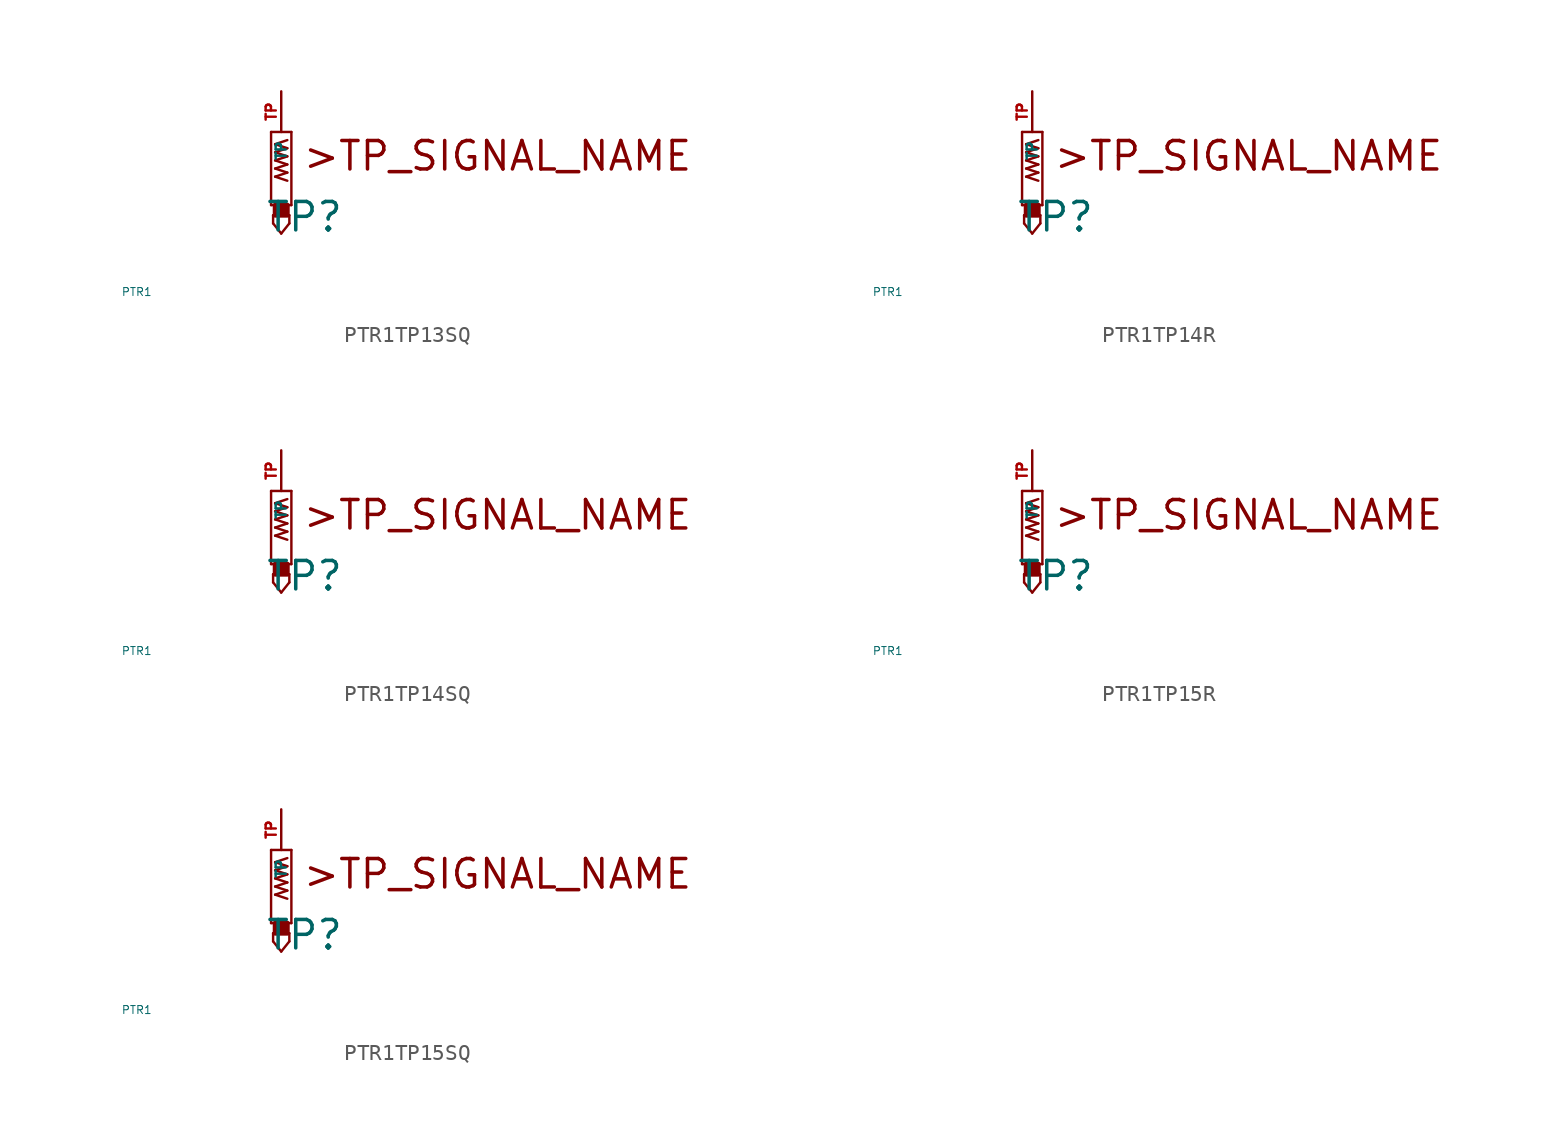
<source format=kicad_sym>
(kicad_symbol_lib
  (version 20220914)
  (generator Eagle2Kicad)
  (symbol "PTR1TP13SQ"
    (property "Reference" "TP"
      (at -1.016 -6.35 0)
      (effects (font (size 1.778 1.778) (thickness 0.22)) (justify left bottom)))
    (property "Value" "PTR1"
      (at -10 -10 0)
      (effects (font (size 0.5 0.5) (thickness 0.06)) (justify left)))
    (polyline
      (pts (xy 0.635 -4.572) (xy -0.635 -4.572))
      (stroke (width 0.152) (type default))
      (fill (type none)))
    (polyline
      (pts (xy 0.635 -4.572) (xy 0.635 0))
      (stroke (width 0.152) (type default))
      (fill (type none)))
    (polyline
      (pts (xy 0.635 0) (xy -0.635 0))
      (stroke (width 0.152) (type default))
      (fill (type none)))
    (polyline
      (pts (xy -0.635 0) (xy -0.635 -4.572))
      (stroke (width 0.152) (type default))
      (fill (type none)))
    (polyline
      (pts (xy 0.381 -3.048) (xy -0.381 -2.794))
      (stroke (width 0.152) (type default))
      (fill (type none)))
    (polyline
      (pts (xy -0.381 -2.794) (xy 0.381 -2.54))
      (stroke (width 0.152) (type default))
      (fill (type none)))
    (polyline
      (pts (xy 0.381 -2.54) (xy -0.381 -2.286))
      (stroke (width 0.152) (type default))
      (fill (type none)))
    (polyline
      (pts (xy -0.381 -2.286) (xy 0.381 -2.032))
      (stroke (width 0.152) (type default))
      (fill (type none)))
    (polyline
      (pts (xy 0.381 -2.032) (xy -0.381 -1.778))
      (stroke (width 0.152) (type default))
      (fill (type none)))
    (polyline
      (pts (xy -0.381 -1.778) (xy 0.381 -1.524))
      (stroke (width 0.152) (type default))
      (fill (type none)))
    (polyline
      (pts (xy 0.381 -1.524) (xy -0.381 -1.27))
      (stroke (width 0.152) (type default))
      (fill (type none)))
    (polyline
      (pts (xy -0.381 -1.27) (xy 0.381 -1.016))
      (stroke (width 0.152) (type default))
      (fill (type none)))
    (polyline
      (pts (xy 0.381 -1.016) (xy -0.381 -0.762))
      (stroke (width 0.152) (type default))
      (fill (type none)))
    (polyline
      (pts (xy -0.381 -0.762) (xy 0.381 -0.508))
      (stroke (width 0.152) (type default))
      (fill (type none)))
    (polyline
      (pts (xy 0.508 -5.207) (xy -0.508 -5.207))
      (stroke (width 0.152) (type default))
      (fill (type none)))
    (polyline
      (pts (xy -0.508 -5.207) (xy -0.508 -5.715))
      (stroke (width 0.152) (type default))
      (fill (type none)))
    (polyline
      (pts (xy -0.508 -5.715) (xy 0 -6.35))
      (stroke (width 0.152) (type default))
      (fill (type none)))
    (polyline
      (pts (xy 0 -6.35) (xy 0.508 -5.715))
      (stroke (width 0.152) (type default))
      (fill (type none)))
    (polyline
      (pts (xy 0.508 -5.715) (xy 0.508 -5.207))
      (stroke (width 0.152) (type default))
      (fill (type none)))
    (text ">TP_SIGNAL_NAME"
      (at 1.27 -2.54 0)
      (effects (font (size 1.778 1.778) (thickness 0.22)) (justify left bottom)))
    (rectangle
      (start -0.381 -5.207)
      (end 0.381 -4.572)
      (stroke (width 0.3) (type default))
      (fill (type outline)))
    (pin input line
      (at 0 2.54 270)
      (length 2.54)
      (name "TP" (effects (font (size 0.635 0.635) (thickness 0.08)) (justify left bottom)))
      (number "TP" (effects (font (size 0.635 0.635) (thickness 0.08)) (justify left bottom)))))
  (symbol "PTR1TP14R"
    (property "Reference" "TP"
      (at -1.016 -6.35 0)
      (effects (font (size 1.778 1.778) (thickness 0.22)) (justify left bottom)))
    (property "Value" "PTR1"
      (at -10 -10 0)
      (effects (font (size 0.5 0.5) (thickness 0.06)) (justify left)))
    (polyline
      (pts (xy 0.635 -4.572) (xy -0.635 -4.572))
      (stroke (width 0.152) (type default))
      (fill (type none)))
    (polyline
      (pts (xy 0.635 -4.572) (xy 0.635 0))
      (stroke (width 0.152) (type default))
      (fill (type none)))
    (polyline
      (pts (xy 0.635 0) (xy -0.635 0))
      (stroke (width 0.152) (type default))
      (fill (type none)))
    (polyline
      (pts (xy -0.635 0) (xy -0.635 -4.572))
      (stroke (width 0.152) (type default))
      (fill (type none)))
    (polyline
      (pts (xy 0.381 -3.048) (xy -0.381 -2.794))
      (stroke (width 0.152) (type default))
      (fill (type none)))
    (polyline
      (pts (xy -0.381 -2.794) (xy 0.381 -2.54))
      (stroke (width 0.152) (type default))
      (fill (type none)))
    (polyline
      (pts (xy 0.381 -2.54) (xy -0.381 -2.286))
      (stroke (width 0.152) (type default))
      (fill (type none)))
    (polyline
      (pts (xy -0.381 -2.286) (xy 0.381 -2.032))
      (stroke (width 0.152) (type default))
      (fill (type none)))
    (polyline
      (pts (xy 0.381 -2.032) (xy -0.381 -1.778))
      (stroke (width 0.152) (type default))
      (fill (type none)))
    (polyline
      (pts (xy -0.381 -1.778) (xy 0.381 -1.524))
      (stroke (width 0.152) (type default))
      (fill (type none)))
    (polyline
      (pts (xy 0.381 -1.524) (xy -0.381 -1.27))
      (stroke (width 0.152) (type default))
      (fill (type none)))
    (polyline
      (pts (xy -0.381 -1.27) (xy 0.381 -1.016))
      (stroke (width 0.152) (type default))
      (fill (type none)))
    (polyline
      (pts (xy 0.381 -1.016) (xy -0.381 -0.762))
      (stroke (width 0.152) (type default))
      (fill (type none)))
    (polyline
      (pts (xy -0.381 -0.762) (xy 0.381 -0.508))
      (stroke (width 0.152) (type default))
      (fill (type none)))
    (polyline
      (pts (xy 0.508 -5.207) (xy -0.508 -5.207))
      (stroke (width 0.152) (type default))
      (fill (type none)))
    (polyline
      (pts (xy -0.508 -5.207) (xy -0.508 -5.715))
      (stroke (width 0.152) (type default))
      (fill (type none)))
    (polyline
      (pts (xy -0.508 -5.715) (xy 0 -6.35))
      (stroke (width 0.152) (type default))
      (fill (type none)))
    (polyline
      (pts (xy 0 -6.35) (xy 0.508 -5.715))
      (stroke (width 0.152) (type default))
      (fill (type none)))
    (polyline
      (pts (xy 0.508 -5.715) (xy 0.508 -5.207))
      (stroke (width 0.152) (type default))
      (fill (type none)))
    (text ">TP_SIGNAL_NAME"
      (at 1.27 -2.54 0)
      (effects (font (size 1.778 1.778) (thickness 0.22)) (justify left bottom)))
    (rectangle
      (start -0.381 -5.207)
      (end 0.381 -4.572)
      (stroke (width 0.3) (type default))
      (fill (type outline)))
    (pin input line
      (at 0 2.54 270)
      (length 2.54)
      (name "TP" (effects (font (size 0.635 0.635) (thickness 0.08)) (justify left bottom)))
      (number "TP" (effects (font (size 0.635 0.635) (thickness 0.08)) (justify left bottom)))))
  (symbol "PTR1TP14SQ"
    (property "Reference" "TP"
      (at -1.016 -6.35 0)
      (effects (font (size 1.778 1.778) (thickness 0.22)) (justify left bottom)))
    (property "Value" "PTR1"
      (at -10 -10 0)
      (effects (font (size 0.5 0.5) (thickness 0.06)) (justify left)))
    (polyline
      (pts (xy 0.635 -4.572) (xy -0.635 -4.572))
      (stroke (width 0.152) (type default))
      (fill (type none)))
    (polyline
      (pts (xy 0.635 -4.572) (xy 0.635 0))
      (stroke (width 0.152) (type default))
      (fill (type none)))
    (polyline
      (pts (xy 0.635 0) (xy -0.635 0))
      (stroke (width 0.152) (type default))
      (fill (type none)))
    (polyline
      (pts (xy -0.635 0) (xy -0.635 -4.572))
      (stroke (width 0.152) (type default))
      (fill (type none)))
    (polyline
      (pts (xy 0.381 -3.048) (xy -0.381 -2.794))
      (stroke (width 0.152) (type default))
      (fill (type none)))
    (polyline
      (pts (xy -0.381 -2.794) (xy 0.381 -2.54))
      (stroke (width 0.152) (type default))
      (fill (type none)))
    (polyline
      (pts (xy 0.381 -2.54) (xy -0.381 -2.286))
      (stroke (width 0.152) (type default))
      (fill (type none)))
    (polyline
      (pts (xy -0.381 -2.286) (xy 0.381 -2.032))
      (stroke (width 0.152) (type default))
      (fill (type none)))
    (polyline
      (pts (xy 0.381 -2.032) (xy -0.381 -1.778))
      (stroke (width 0.152) (type default))
      (fill (type none)))
    (polyline
      (pts (xy -0.381 -1.778) (xy 0.381 -1.524))
      (stroke (width 0.152) (type default))
      (fill (type none)))
    (polyline
      (pts (xy 0.381 -1.524) (xy -0.381 -1.27))
      (stroke (width 0.152) (type default))
      (fill (type none)))
    (polyline
      (pts (xy -0.381 -1.27) (xy 0.381 -1.016))
      (stroke (width 0.152) (type default))
      (fill (type none)))
    (polyline
      (pts (xy 0.381 -1.016) (xy -0.381 -0.762))
      (stroke (width 0.152) (type default))
      (fill (type none)))
    (polyline
      (pts (xy -0.381 -0.762) (xy 0.381 -0.508))
      (stroke (width 0.152) (type default))
      (fill (type none)))
    (polyline
      (pts (xy 0.508 -5.207) (xy -0.508 -5.207))
      (stroke (width 0.152) (type default))
      (fill (type none)))
    (polyline
      (pts (xy -0.508 -5.207) (xy -0.508 -5.715))
      (stroke (width 0.152) (type default))
      (fill (type none)))
    (polyline
      (pts (xy -0.508 -5.715) (xy 0 -6.35))
      (stroke (width 0.152) (type default))
      (fill (type none)))
    (polyline
      (pts (xy 0 -6.35) (xy 0.508 -5.715))
      (stroke (width 0.152) (type default))
      (fill (type none)))
    (polyline
      (pts (xy 0.508 -5.715) (xy 0.508 -5.207))
      (stroke (width 0.152) (type default))
      (fill (type none)))
    (text ">TP_SIGNAL_NAME"
      (at 1.27 -2.54 0)
      (effects (font (size 1.778 1.778) (thickness 0.22)) (justify left bottom)))
    (rectangle
      (start -0.381 -5.207)
      (end 0.381 -4.572)
      (stroke (width 0.3) (type default))
      (fill (type outline)))
    (pin input line
      (at 0 2.54 270)
      (length 2.54)
      (name "TP" (effects (font (size 0.635 0.635) (thickness 0.08)) (justify left bottom)))
      (number "TP" (effects (font (size 0.635 0.635) (thickness 0.08)) (justify left bottom)))))
  (symbol "PTR1TP15R"
    (property "Reference" "TP"
      (at -1.016 -6.35 0)
      (effects (font (size 1.778 1.778) (thickness 0.22)) (justify left bottom)))
    (property "Value" "PTR1"
      (at -10 -10 0)
      (effects (font (size 0.5 0.5) (thickness 0.06)) (justify left)))
    (polyline
      (pts (xy 0.635 -4.572) (xy -0.635 -4.572))
      (stroke (width 0.152) (type default))
      (fill (type none)))
    (polyline
      (pts (xy 0.635 -4.572) (xy 0.635 0))
      (stroke (width 0.152) (type default))
      (fill (type none)))
    (polyline
      (pts (xy 0.635 0) (xy -0.635 0))
      (stroke (width 0.152) (type default))
      (fill (type none)))
    (polyline
      (pts (xy -0.635 0) (xy -0.635 -4.572))
      (stroke (width 0.152) (type default))
      (fill (type none)))
    (polyline
      (pts (xy 0.381 -3.048) (xy -0.381 -2.794))
      (stroke (width 0.152) (type default))
      (fill (type none)))
    (polyline
      (pts (xy -0.381 -2.794) (xy 0.381 -2.54))
      (stroke (width 0.152) (type default))
      (fill (type none)))
    (polyline
      (pts (xy 0.381 -2.54) (xy -0.381 -2.286))
      (stroke (width 0.152) (type default))
      (fill (type none)))
    (polyline
      (pts (xy -0.381 -2.286) (xy 0.381 -2.032))
      (stroke (width 0.152) (type default))
      (fill (type none)))
    (polyline
      (pts (xy 0.381 -2.032) (xy -0.381 -1.778))
      (stroke (width 0.152) (type default))
      (fill (type none)))
    (polyline
      (pts (xy -0.381 -1.778) (xy 0.381 -1.524))
      (stroke (width 0.152) (type default))
      (fill (type none)))
    (polyline
      (pts (xy 0.381 -1.524) (xy -0.381 -1.27))
      (stroke (width 0.152) (type default))
      (fill (type none)))
    (polyline
      (pts (xy -0.381 -1.27) (xy 0.381 -1.016))
      (stroke (width 0.152) (type default))
      (fill (type none)))
    (polyline
      (pts (xy 0.381 -1.016) (xy -0.381 -0.762))
      (stroke (width 0.152) (type default))
      (fill (type none)))
    (polyline
      (pts (xy -0.381 -0.762) (xy 0.381 -0.508))
      (stroke (width 0.152) (type default))
      (fill (type none)))
    (polyline
      (pts (xy 0.508 -5.207) (xy -0.508 -5.207))
      (stroke (width 0.152) (type default))
      (fill (type none)))
    (polyline
      (pts (xy -0.508 -5.207) (xy -0.508 -5.715))
      (stroke (width 0.152) (type default))
      (fill (type none)))
    (polyline
      (pts (xy -0.508 -5.715) (xy 0 -6.35))
      (stroke (width 0.152) (type default))
      (fill (type none)))
    (polyline
      (pts (xy 0 -6.35) (xy 0.508 -5.715))
      (stroke (width 0.152) (type default))
      (fill (type none)))
    (polyline
      (pts (xy 0.508 -5.715) (xy 0.508 -5.207))
      (stroke (width 0.152) (type default))
      (fill (type none)))
    (text ">TP_SIGNAL_NAME"
      (at 1.27 -2.54 0)
      (effects (font (size 1.778 1.778) (thickness 0.22)) (justify left bottom)))
    (rectangle
      (start -0.381 -5.207)
      (end 0.381 -4.572)
      (stroke (width 0.3) (type default))
      (fill (type outline)))
    (pin input line
      (at 0 2.54 270)
      (length 2.54)
      (name "TP" (effects (font (size 0.635 0.635) (thickness 0.08)) (justify left bottom)))
      (number "TP" (effects (font (size 0.635 0.635) (thickness 0.08)) (justify left bottom)))))
  (symbol "PTR1TP15SQ"
    (property "Reference" "TP"
      (at -1.016 -6.35 0)
      (effects (font (size 1.778 1.778) (thickness 0.22)) (justify left bottom)))
    (property "Value" "PTR1"
      (at -10 -10 0)
      (effects (font (size 0.5 0.5) (thickness 0.06)) (justify left)))
    (polyline
      (pts (xy 0.635 -4.572) (xy -0.635 -4.572))
      (stroke (width 0.152) (type default))
      (fill (type none)))
    (polyline
      (pts (xy 0.635 -4.572) (xy 0.635 0))
      (stroke (width 0.152) (type default))
      (fill (type none)))
    (polyline
      (pts (xy 0.635 0) (xy -0.635 0))
      (stroke (width 0.152) (type default))
      (fill (type none)))
    (polyline
      (pts (xy -0.635 0) (xy -0.635 -4.572))
      (stroke (width 0.152) (type default))
      (fill (type none)))
    (polyline
      (pts (xy 0.381 -3.048) (xy -0.381 -2.794))
      (stroke (width 0.152) (type default))
      (fill (type none)))
    (polyline
      (pts (xy -0.381 -2.794) (xy 0.381 -2.54))
      (stroke (width 0.152) (type default))
      (fill (type none)))
    (polyline
      (pts (xy 0.381 -2.54) (xy -0.381 -2.286))
      (stroke (width 0.152) (type default))
      (fill (type none)))
    (polyline
      (pts (xy -0.381 -2.286) (xy 0.381 -2.032))
      (stroke (width 0.152) (type default))
      (fill (type none)))
    (polyline
      (pts (xy 0.381 -2.032) (xy -0.381 -1.778))
      (stroke (width 0.152) (type default))
      (fill (type none)))
    (polyline
      (pts (xy -0.381 -1.778) (xy 0.381 -1.524))
      (stroke (width 0.152) (type default))
      (fill (type none)))
    (polyline
      (pts (xy 0.381 -1.524) (xy -0.381 -1.27))
      (stroke (width 0.152) (type default))
      (fill (type none)))
    (polyline
      (pts (xy -0.381 -1.27) (xy 0.381 -1.016))
      (stroke (width 0.152) (type default))
      (fill (type none)))
    (polyline
      (pts (xy 0.381 -1.016) (xy -0.381 -0.762))
      (stroke (width 0.152) (type default))
      (fill (type none)))
    (polyline
      (pts (xy -0.381 -0.762) (xy 0.381 -0.508))
      (stroke (width 0.152) (type default))
      (fill (type none)))
    (polyline
      (pts (xy 0.508 -5.207) (xy -0.508 -5.207))
      (stroke (width 0.152) (type default))
      (fill (type none)))
    (polyline
      (pts (xy -0.508 -5.207) (xy -0.508 -5.715))
      (stroke (width 0.152) (type default))
      (fill (type none)))
    (polyline
      (pts (xy -0.508 -5.715) (xy 0 -6.35))
      (stroke (width 0.152) (type default))
      (fill (type none)))
    (polyline
      (pts (xy 0 -6.35) (xy 0.508 -5.715))
      (stroke (width 0.152) (type default))
      (fill (type none)))
    (polyline
      (pts (xy 0.508 -5.715) (xy 0.508 -5.207))
      (stroke (width 0.152) (type default))
      (fill (type none)))
    (text ">TP_SIGNAL_NAME"
      (at 1.27 -2.54 0)
      (effects (font (size 1.778 1.778) (thickness 0.22)) (justify left bottom)))
    (rectangle
      (start -0.381 -5.207)
      (end 0.381 -4.572)
      (stroke (width 0.3) (type default))
      (fill (type outline)))
    (pin input line
      (at 0 2.54 270)
      (length 2.54)
      (name "TP" (effects (font (size 0.635 0.635) (thickness 0.08)) (justify left bottom)))
      (number "TP" (effects (font (size 0.635 0.635) (thickness 0.08)) (justify left bottom))))))
</source>
